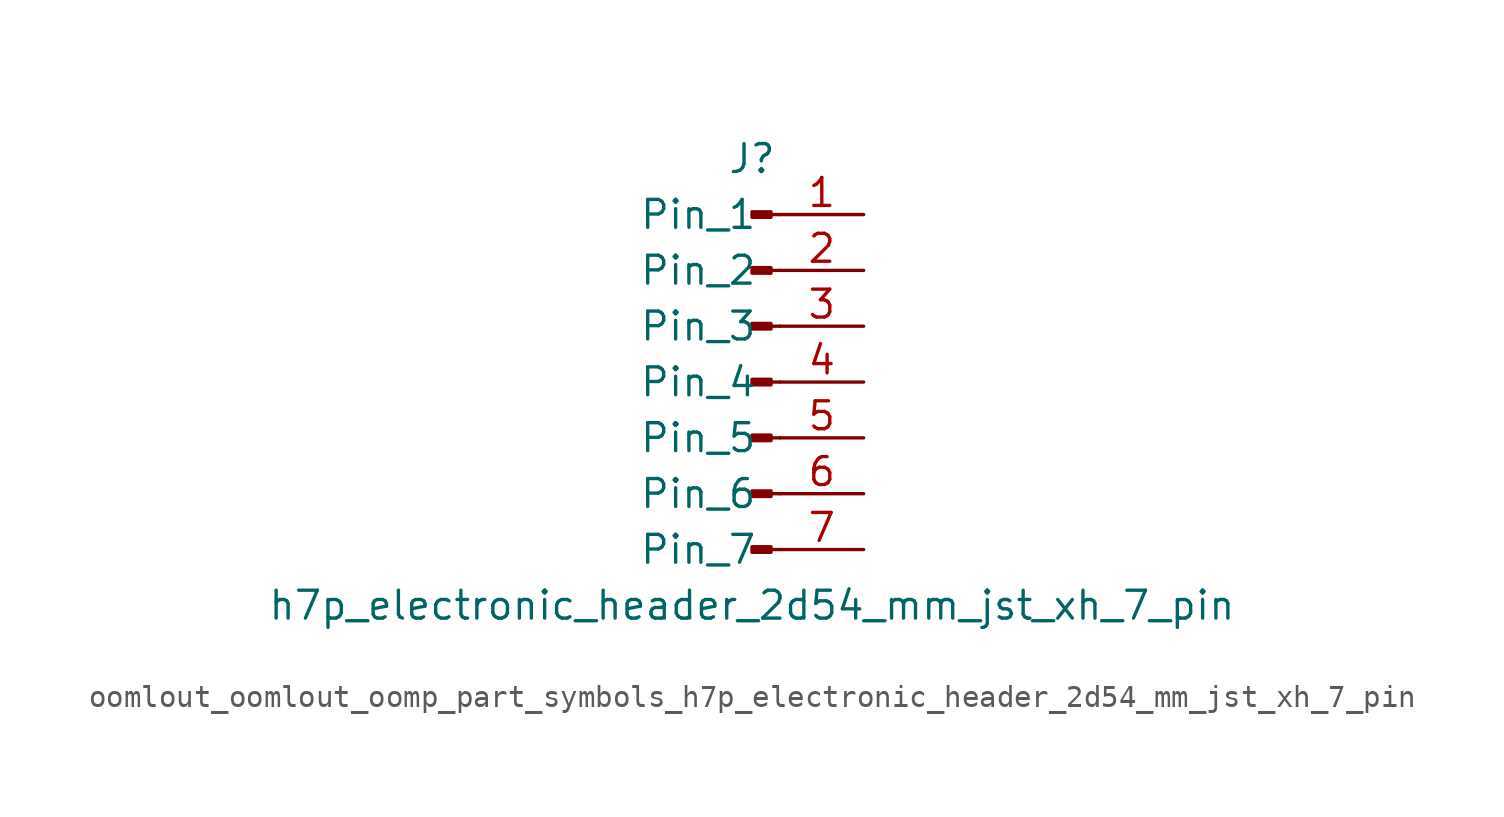
<source format=kicad_sym>
(kicad_symbol_lib
  (version 20220914)
  (generator kicad_symbol_editor)
  (symbol "oomlout_oomlout_oomp_part_symbols_h7p_electronic_header_2d54_mm_jst_xh_7_pin"
    (pin_names
      (offset 1.016))
    (property "Reference" "J"
      (at 0 10.16 0)
      (effects (font (size 1.27 1.27))))
    (property "Value" "h7p_electronic_header_2d54_mm_jst_xh_7_pin"
      (at 0 -10.16 0)
      (effects (font (size 1.27 1.27))))
    (property "ki_locked" ""
      (at 0 0 0)
      (effects (font (size 1.27 1.27))))
    (symbol "oomlout_oomlout_oomp_part_symbols_h7p_electronic_header_2d54_mm_jst_xh_7_pin_1_1"
      (polyline (pts (xy 1.27 -7.62) (xy 0.864 -7.62)) (stroke (width 0.152) (type default)) (fill (type none)))
      (polyline (pts (xy 1.27 -5.08) (xy 0.864 -5.08)) (stroke (width 0.152) (type default)) (fill (type none)))
      (polyline (pts (xy 1.27 -2.54) (xy 0.864 -2.54)) (stroke (width 0.152) (type default)) (fill (type none)))
      (polyline (pts (xy 1.27 0) (xy 0.864 0)) (stroke (width 0.152) (type default)) (fill (type none)))
      (polyline (pts (xy 1.27 2.54) (xy 0.864 2.54)) (stroke (width 0.152) (type default)) (fill (type none)))
      (polyline (pts (xy 1.27 5.08) (xy 0.864 5.08)) (stroke (width 0.152) (type default)) (fill (type none)))
      (polyline (pts (xy 1.27 7.62) (xy 0.864 7.62)) (stroke (width 0.152) (type default)) (fill (type none)))
      (rectangle (start 0.864 -7.493) (end 0 -7.747) (stroke (width 0.152) (type default)) (fill (type outline)))
      (rectangle (start 0.864 -4.953) (end 0 -5.207) (stroke (width 0.152) (type default)) (fill (type outline)))
      (rectangle (start 0.864 -2.413) (end 0 -2.667) (stroke (width 0.152) (type default)) (fill (type outline)))
      (rectangle (start 0.864 0.127) (end 0 -0.127) (stroke (width 0.152) (type default)) (fill (type outline)))
      (rectangle (start 0.864 2.667) (end 0 2.413) (stroke (width 0.152) (type default)) (fill (type outline)))
      (rectangle (start 0.864 5.207) (end 0 4.953) (stroke (width 0.152) (type default)) (fill (type outline)))
      (rectangle (start 0.864 7.747) (end 0 7.493) (stroke (width 0.152) (type default)) (fill (type outline)))
      (pin passive line (at 5.08 7.62 180) (length 3.81) (name "Pin_1" (effects (font (size 1.27 1.27)))) (number "1" (effects (font (size 1.27 1.27)))))
      (pin passive line (at 5.08 5.08 180) (length 3.81) (name "Pin_2" (effects (font (size 1.27 1.27)))) (number "2" (effects (font (size 1.27 1.27)))))
      (pin passive line (at 5.08 2.54 180) (length 3.81) (name "Pin_3" (effects (font (size 1.27 1.27)))) (number "3" (effects (font (size 1.27 1.27)))))
      (pin passive line (at 5.08 0 180) (length 3.81) (name "Pin_4" (effects (font (size 1.27 1.27)))) (number "4" (effects (font (size 1.27 1.27)))))
      (pin passive line (at 5.08 -2.54 180) (length 3.81) (name "Pin_5" (effects (font (size 1.27 1.27)))) (number "5" (effects (font (size 1.27 1.27)))))
      (pin passive line (at 5.08 -5.08 180) (length 3.81) (name "Pin_6" (effects (font (size 1.27 1.27)))) (number "6" (effects (font (size 1.27 1.27)))))
      (pin passive line (at 5.08 -7.62 180) (length 3.81) (name "Pin_7" (effects (font (size 1.27 1.27)))) (number "7" (effects (font (size 1.27 1.27))))))))
</source>
